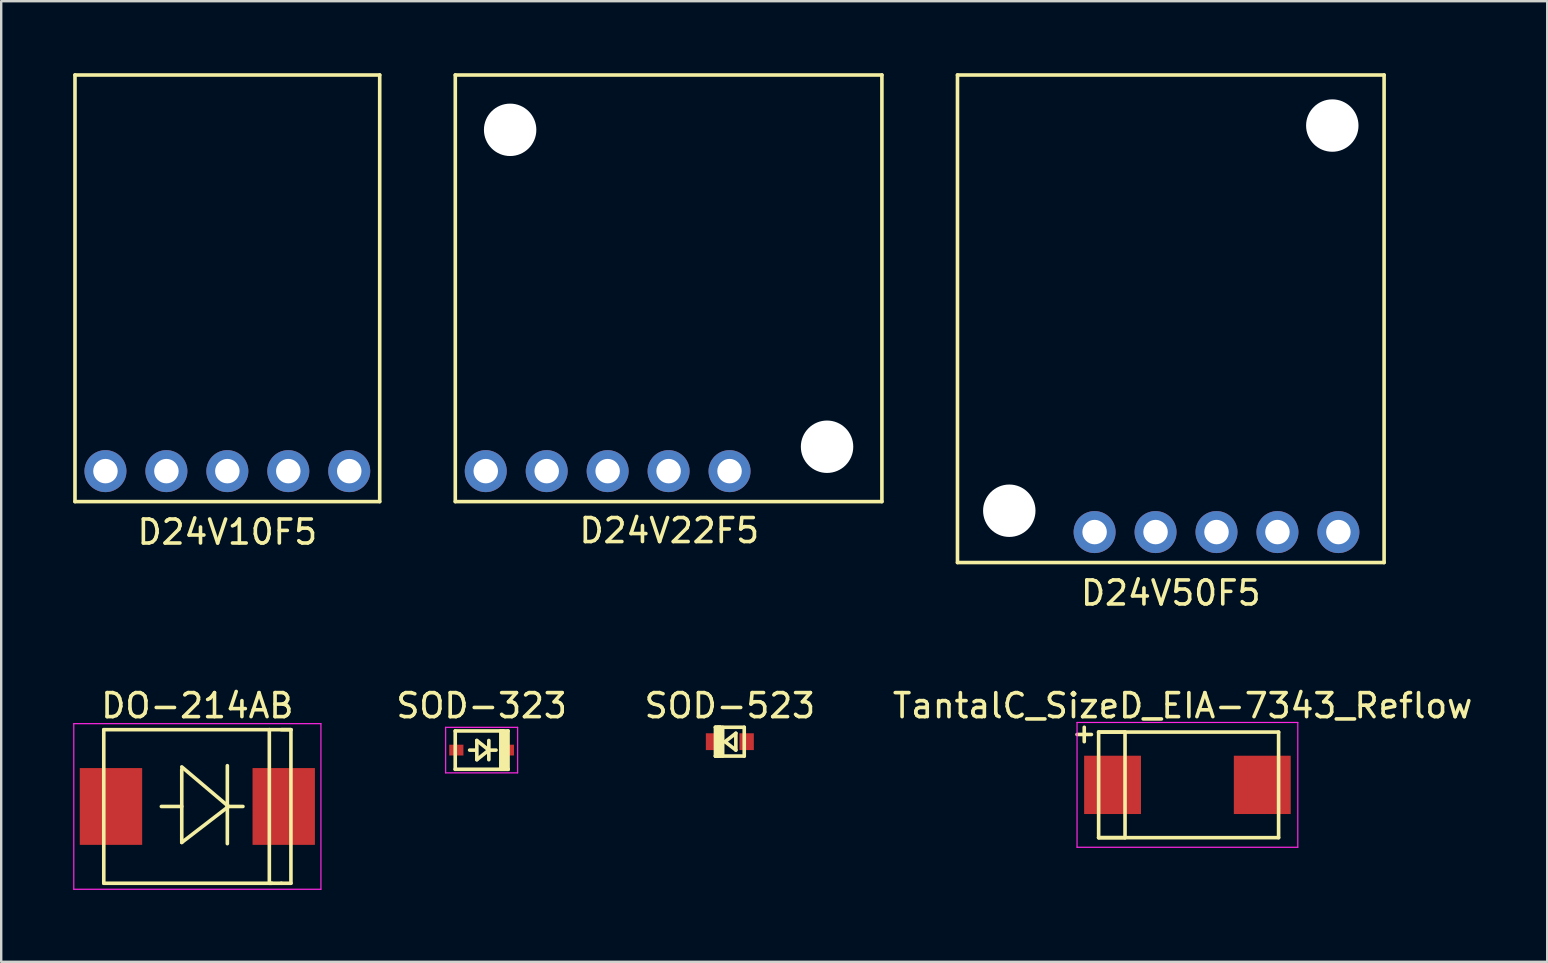
<source format=kicad_pcb>
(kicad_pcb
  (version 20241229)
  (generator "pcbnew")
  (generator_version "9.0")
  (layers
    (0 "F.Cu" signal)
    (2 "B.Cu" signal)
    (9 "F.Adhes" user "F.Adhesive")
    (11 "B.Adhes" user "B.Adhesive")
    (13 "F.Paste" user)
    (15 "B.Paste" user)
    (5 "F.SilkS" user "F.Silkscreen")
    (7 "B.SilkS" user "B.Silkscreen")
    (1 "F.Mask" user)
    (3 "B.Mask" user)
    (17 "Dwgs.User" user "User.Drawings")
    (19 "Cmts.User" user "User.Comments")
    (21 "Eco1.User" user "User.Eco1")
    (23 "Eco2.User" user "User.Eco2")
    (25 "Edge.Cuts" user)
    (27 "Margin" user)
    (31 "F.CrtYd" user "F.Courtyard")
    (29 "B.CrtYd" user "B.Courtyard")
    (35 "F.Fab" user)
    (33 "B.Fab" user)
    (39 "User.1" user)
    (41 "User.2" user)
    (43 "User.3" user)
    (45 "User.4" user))
  (footprint "SOD-323"
    (layer "F.Cu")
    (at 17.023 28.212)
    (property "Reference" "SOD-323" (at 0 -1.85 0) (layer "F.SilkS") (effects (font (size 1 1) (thickness 0.15))))
    (attr smd)
    (fp_line (start -1.1 -0.8) (end -1.1 0.8) (stroke (width 0.15) (type solid)) (layer "F.SilkS"))
    (fp_line (start -1.1 -0.8) (end 1.1 -0.8) (stroke (width 0.15) (type solid)) (layer "F.SilkS"))
    (fp_line (start -1.1 0.8) (end 1.1 0.8) (stroke (width 0.15) (type solid)) (layer "F.SilkS"))
    (fp_line (start -0.25 0) (end -0.5 0) (stroke (width 0.15) (type solid)) (layer "F.SilkS"))
    (fp_line (start -0.2 -0.4) (end -0.2 0.4) (stroke (width 0.15) (type solid)) (layer "F.SilkS"))
    (fp_line (start -0.2 0.4) (end 0.3 0) (stroke (width 0.15) (type solid)) (layer "F.SilkS"))
    (fp_line (start 0.3 -0.4) (end 0.3 0.4) (stroke (width 0.15) (type solid)) (layer "F.SilkS"))
    (fp_line (start 0.3 0) (end -0.2 -0.4) (stroke (width 0.15) (type solid)) (layer "F.SilkS"))
    (fp_line (start 0.3 0) (end 0.6 0) (stroke (width 0.15) (type solid)) (layer "F.SilkS"))
    (fp_line (start 0.8 -0.8) (end 0.9 -0.8) (stroke (width 0.15) (type solid)) (layer "F.SilkS"))
    (fp_line (start 0.8 0.8) (end 0.8 -0.8) (stroke (width 0.15) (type solid)) (layer "F.SilkS"))
    (fp_line (start 0.9 -0.8) (end 0.9 0.7) (stroke (width 0.15) (type solid)) (layer "F.SilkS"))
    (fp_line (start 0.9 0.7) (end 1 0.7) (stroke (width 0.15) (type solid)) (layer "F.SilkS"))
    (fp_line (start 1 0.7) (end 1 -0.7) (stroke (width 0.15) (type solid)) (layer "F.SilkS"))
    (fp_line (start 1.1 -0.8) (end 1.1 0.8) (stroke (width 0.15) (type solid)) (layer "F.SilkS"))
    (fp_line (start 1.1 0.8) (end 0.8 0.8) (stroke (width 0.15) (type solid)) (layer "F.SilkS"))
    (fp_line (start -1.5 -0.95) (end -1.5 0.95) (stroke (width 0.05) (type solid)) (layer "F.CrtYd"))
    (fp_line (start -1.5 -0.95) (end 1.5 -0.95) (stroke (width 0.05) (type solid)) (layer "F.CrtYd"))
    (fp_line (start -1.5 0.95) (end 1.5 0.95) (stroke (width 0.05) (type solid)) (layer "F.CrtYd"))
    (fp_line (start 1.5 -0.95) (end 1.5 0.95) (stroke (width 0.05) (type solid)) (layer "F.CrtYd"))
    (pad "1" smd rect (at -1.055 0) (size 0.59 0.45) (layers "F.Cu" "F.Mask" "F.Paste"))
    (pad "2" smd rect (at 1.055 0) (size 0.59 0.45) (layers "F.Cu" "F.Mask" "F.Paste")))
  (footprint "D24V22F5"
    (layer "F.Cu")
    (at 22.275 16.585)
    (property "Reference" "D24V22F5" (at 2.57 2.48 0) (layer "F.SilkS") (effects (font (size 1 1) (thickness 0.15))))
    (attr through_hole)
    (fp_line (start -6.35 -16.51) (end -6.35 1.27) (stroke (width 0.15) (type solid)) (layer "F.SilkS"))
    (fp_line (start -6.35 1.27) (end 11.43 1.27) (stroke (width 0.15) (type solid)) (layer "F.SilkS"))
    (fp_line (start 11.43 -16.51) (end -6.35 -16.51) (stroke (width 0.15) (type solid)) (layer "F.SilkS"))
    (fp_line (start 11.43 1.27) (end 11.43 -16.51) (stroke (width 0.15) (type solid)) (layer "F.SilkS"))
    (pad "" np_thru_hole circle (at -4.064 -14.224) (size 2.184 2.184) (drill 2.184) (layers "*.Cu" "*.Mask"))
    (pad "" np_thru_hole circle (at 9.144 -1.016) (size 2.184 2.184) (drill 2.184) (layers "*.Cu" "*.Mask"))
    (pad "1" thru_hole circle (at 5.08 0) (size 1.75 1.75) (drill 1.02) (layers "*.Cu" "*.Mask"))
    (pad "2" thru_hole circle (at 2.54 0) (size 1.75 1.75) (drill 1.02) (layers "*.Cu" "*.Mask"))
    (pad "3" thru_hole circle (at 0 0) (size 1.75 1.75) (drill 1.02) (layers "*.Cu" "*.Mask"))
    (pad "4" thru_hole circle (at -2.54 0) (size 1.75 1.75) (drill 1.02) (layers "*.Cu" "*.Mask"))
    (pad "5" thru_hole circle (at -5.08 0) (size 1.75 1.75) (drill 1.02) (layers "*.Cu" "*.Mask")))
  (footprint "TantalC_SizeD_EIA-7343_Reflow"
    (layer "F.Cu")
    (at 46.438 29.661)
    (property "Reference" "TantalC_SizeD_EIA-7343_Reflow" (at -0.201 -3.299 0) (layer "F.SilkS") (effects (font (size 1 1) (thickness 0.15))))
    (attr smd)
    (fp_line (start -4.6 -2.1) (end -4 -2.1) (stroke (width 0.15) (type solid)) (layer "F.SilkS"))
    (fp_line (start -4.3 -2.4) (end -4.3 -1.8) (stroke (width 0.15) (type solid)) (layer "F.SilkS"))
    (fp_line (start -3.7 -2.2) (end -3.7 2.2) (stroke (width 0.15) (type solid)) (layer "F.SilkS"))
    (fp_line (start -3.7 -2.2) (end 3.8 -2.2) (stroke (width 0.15) (type solid)) (layer "F.SilkS"))
    (fp_line (start -3.7 2.2) (end -2.6 2.2) (stroke (width 0.15) (type solid)) (layer "F.SilkS"))
    (fp_line (start -2.6 -2.2) (end -3.7 -2.2) (stroke (width 0.15) (type solid)) (layer "F.SilkS"))
    (fp_line (start -2.6 2.2) (end -2.6 -2.2) (stroke (width 0.15) (type solid)) (layer "F.SilkS"))
    (fp_line (start 3.8 -2.2) (end 3.8 2.2) (stroke (width 0.15) (type solid)) (layer "F.SilkS"))
    (fp_line (start 3.8 2.2) (end -3.7 2.2) (stroke (width 0.15) (type solid)) (layer "F.SilkS"))
    (fp_line (start -4.6 -2.6) (end -4.6 2.6) (stroke (width 0.05) (type solid)) (layer "F.CrtYd"))
    (fp_line (start -4.6 2.6) (end 4.6 2.6) (stroke (width 0.05) (type solid)) (layer "F.CrtYd"))
    (fp_line (start 4.6 -2.6) (end -4.6 -2.6) (stroke (width 0.05) (type solid)) (layer "F.CrtYd"))
    (fp_line (start 4.6 2.6) (end 4.6 -2.6) (stroke (width 0.05) (type solid)) (layer "F.CrtYd"))
    (pad "1" smd rect (at -3.12 0) (size 2.37 2.43) (layers "F.Cu" "F.Mask" "F.Paste"))
    (pad "2" smd rect (at 3.12 0) (size 2.37 2.43) (layers "F.Cu" "F.Mask" "F.Paste")))
  (footprint "DO-214AB"
    (layer "F.Cu")
    (at 5.175 30.561)
    (property "Reference" "DO-214AB" (at 0 -4.2 0) (layer "F.SilkS") (effects (font (size 1 1) (thickness 0.15))))
    (attr smd)
    (fp_line (start -3.9 -3.2) (end -3.9 3.2) (stroke (width 0.15) (type solid)) (layer "F.SilkS"))
    (fp_line (start -3.9 -3.2) (end 3 -3.2) (stroke (width 0.15) (type solid)) (layer "F.SilkS"))
    (fp_line (start -3.9 3.2) (end 3.1 3.2) (stroke (width 0.15) (type solid)) (layer "F.SilkS"))
    (fp_line (start -0.65 -1.65) (end 1.3 0) (stroke (width 0.15) (type solid)) (layer "F.SilkS"))
    (fp_line (start -0.65 0) (end -1.5 0) (stroke (width 0.15) (type solid)) (layer "F.SilkS"))
    (fp_line (start -0.65 1.5) (end -0.65 -1.55) (stroke (width 0.15) (type solid)) (layer "F.SilkS"))
    (fp_line (start 1.25 -1.7) (end 1.25 1.55) (stroke (width 0.15) (type solid)) (layer "F.SilkS"))
    (fp_line (start 1.25 0) (end 1.9 0) (stroke (width 0.15) (type solid)) (layer "F.SilkS"))
    (fp_line (start 1.3 0) (end -0.65 1.5) (stroke (width 0.15) (type solid)) (layer "F.SilkS"))
    (fp_line (start 3 -3.2) (end 3.9 -3.2) (stroke (width 0.15) (type solid)) (layer "F.SilkS"))
    (fp_line (start 3 3.2) (end 3 -3.2) (stroke (width 0.15) (type solid)) (layer "F.SilkS"))
    (fp_line (start 3.5 -3.2) (end 3.9 -3.2) (stroke (width 0.15) (type solid)) (layer "F.SilkS"))
    (fp_line (start 3.5 3.2) (end 3 3.2) (stroke (width 0.15) (type solid)) (layer "F.SilkS"))
    (fp_line (start 3.9 -3.2) (end 3.9 3.2) (stroke (width 0.15) (type solid)) (layer "F.SilkS"))
    (fp_line (start 3.9 3.2) (end 3.5 3.2) (stroke (width 0.15) (type solid)) (layer "F.SilkS"))
    (fp_line (start -5.15 -3.45) (end 5.15 -3.45) (stroke (width 0.05) (type solid)) (layer "F.CrtYd"))
    (fp_line (start -5.15 3.45) (end -5.15 -3.45) (stroke (width 0.05) (type solid)) (layer "F.CrtYd"))
    (fp_line (start 5.15 -3.45) (end 5.15 3.45) (stroke (width 0.05) (type solid)) (layer "F.CrtYd"))
    (fp_line (start 5.15 3.45) (end -5.15 3.45) (stroke (width 0.05) (type solid)) (layer "F.CrtYd"))
    (pad "1" smd rect (at -3.6 0) (size 2.6 3.2) (layers "F.Cu" "F.Mask" "F.Paste"))
    (pad "2" smd rect (at 3.6 0) (size 2.6 3.2) (layers "F.Cu" "F.Mask" "F.Paste")))
  (footprint "SOD-523"
    (layer "F.Cu")
    (at 27.368 27.861)
    (property "Reference" "SOD-523" (at 0 -1.5 0) (layer "F.SilkS") (effects (font (size 1 1) (thickness 0.15))))
    (attr smd)
    (fp_line (start -0.6 -0.6) (end -0.6 0.6) (stroke (width 0.15) (type solid)) (layer "F.SilkS"))
    (fp_line (start -0.6 0.6) (end -0.4 0.6) (stroke (width 0.15) (type solid)) (layer "F.SilkS"))
    (fp_line (start -0.6 0.6) (end 0.6 0.6) (stroke (width 0.15) (type solid)) (layer "F.SilkS"))
    (fp_line (start -0.5 -0.6) (end -0.4 -0.6) (stroke (width 0.15) (type solid)) (layer "F.SilkS"))
    (fp_line (start -0.5 -0.5) (end -0.5 -0.6) (stroke (width 0.15) (type solid)) (layer "F.SilkS"))
    (fp_line (start -0.5 0.6) (end -0.5 -0.5) (stroke (width 0.15) (type solid)) (layer "F.SilkS"))
    (fp_line (start -0.4 -0.6) (end -0.6 -0.6) (stroke (width 0.15) (type solid)) (layer "F.SilkS"))
    (fp_line (start -0.4 -0.6) (end -0.4 0.5) (stroke (width 0.15) (type solid)) (layer "F.SilkS"))
    (fp_line (start -0.3 -0.6) (end -0.3 0.6) (stroke (width 0.15) (type solid)) (layer "F.SilkS"))
    (fp_line (start -0.2 0) (end 0.25 0.35) (stroke (width 0.15) (type solid)) (layer "F.SilkS"))
    (fp_line (start 0.25 -0.35) (end -0.2 0) (stroke (width 0.15) (type solid)) (layer "F.SilkS"))
    (fp_line (start 0.25 0.35) (end 0.25 -0.35) (stroke (width 0.15) (type solid)) (layer "F.SilkS"))
    (fp_line (start 0.6 -0.6) (end -0.6 -0.6) (stroke (width 0.15) (type solid)) (layer "F.SilkS"))
    (fp_line (start 0.6 -0.6) (end 0.6 0.6) (stroke (width 0.15) (type solid)) (layer "F.SilkS"))
    (pad "1" smd rect (at 0.7 0) (size 0.6 0.7) (layers "F.Cu" "F.Mask" "F.Paste"))
    (pad "2" smd rect (at -0.7 0) (size 0.6 0.7) (layers "F.Cu" "F.Mask" "F.Paste")))
  (footprint "D24V10F5"
    (layer "F.Cu")
    (at 6.425 16.585)
    (property "Reference" "D24V10F5" (at 0 2.54 0) (layer "F.SilkS") (effects (font (size 1 1) (thickness 0.15))))
    (attr through_hole)
    (fp_line (start -6.35 -16.51) (end 6.35 -16.51) (stroke (width 0.15) (type solid)) (layer "F.SilkS"))
    (fp_line (start -6.35 1.27) (end -6.35 -16.51) (stroke (width 0.15) (type solid)) (layer "F.SilkS"))
    (fp_line (start 6.35 -16.51) (end 6.35 1.27) (stroke (width 0.15) (type solid)) (layer "F.SilkS"))
    (fp_line (start 6.35 1.27) (end -6.35 1.27) (stroke (width 0.15) (type solid)) (layer "F.SilkS"))
    (pad "1" thru_hole circle (at -5.08 0) (size 1.75 1.75) (drill 1.02) (layers "*.Cu" "*.Mask"))
    (pad "2" thru_hole circle (at -2.54 0) (size 1.75 1.75) (drill 1.02) (layers "*.Cu" "*.Mask"))
    (pad "3" thru_hole circle (at 0 0) (size 1.75 1.75) (drill 1.02) (layers "*.Cu" "*.Mask"))
    (pad "4" thru_hole circle (at 2.54 0) (size 1.75 1.75) (drill 1.02) (layers "*.Cu" "*.Mask"))
    (pad "5" thru_hole circle (at 5.08 0) (size 1.75 1.75) (drill 1.02) (layers "*.Cu" "*.Mask")))
  (footprint "D24V50F5"
    (layer "F.Cu")
    (at 47.65 19.125)
    (property "Reference" "D24V50F5" (at -1.905 2.54 0) (layer "F.SilkS") (effects (font (size 1 1) (thickness 0.15))))
    (attr through_hole)
    (fp_line (start -10.795 -19.05) (end -10.795 1.27) (stroke (width 0.15) (type solid)) (layer "F.SilkS"))
    (fp_line (start -10.795 1.27) (end 6.985 1.27) (stroke (width 0.15) (type solid)) (layer "F.SilkS"))
    (fp_line (start 6.985 -19.05) (end -10.795 -19.05) (stroke (width 0.15) (type solid)) (layer "F.SilkS"))
    (fp_line (start 6.985 1.27) (end 6.985 -19.05) (stroke (width 0.15) (type solid)) (layer "F.SilkS"))
    (pad "" np_thru_hole circle (at -8.636 -0.889) (size 2.184 2.184) (drill 2.184) (layers "*.Cu" "*.Mask"))
    (pad "" np_thru_hole circle (at 4.826 -16.942) (size 2.184 2.184) (drill 2.184) (layers "*.Cu" "*.Mask"))
    (pad "1" thru_hole circle (at 5.08 0) (size 1.75 1.75) (drill 1.02) (layers "*.Cu" "*.Mask"))
    (pad "2" thru_hole circle (at 2.54 0) (size 1.75 1.75) (drill 1.02) (layers "*.Cu" "*.Mask"))
    (pad "3" thru_hole circle (at 0 0) (size 1.75 1.75) (drill 1.02) (layers "*.Cu" "*.Mask"))
    (pad "4" thru_hole circle (at -2.54 0) (size 1.75 1.75) (drill 1.02) (layers "*.Cu" "*.Mask"))
    (pad "5" thru_hole circle (at -5.08 0) (size 1.75 1.75) (drill 1.02) (layers "*.Cu" "*.Mask")))
  (gr_rect
    (start -3 -3)
    (end 61.433 37.036)
    (stroke (width 0.1) (type default))
    (fill no)
    (layer "Edge.Cuts")))
</source>
